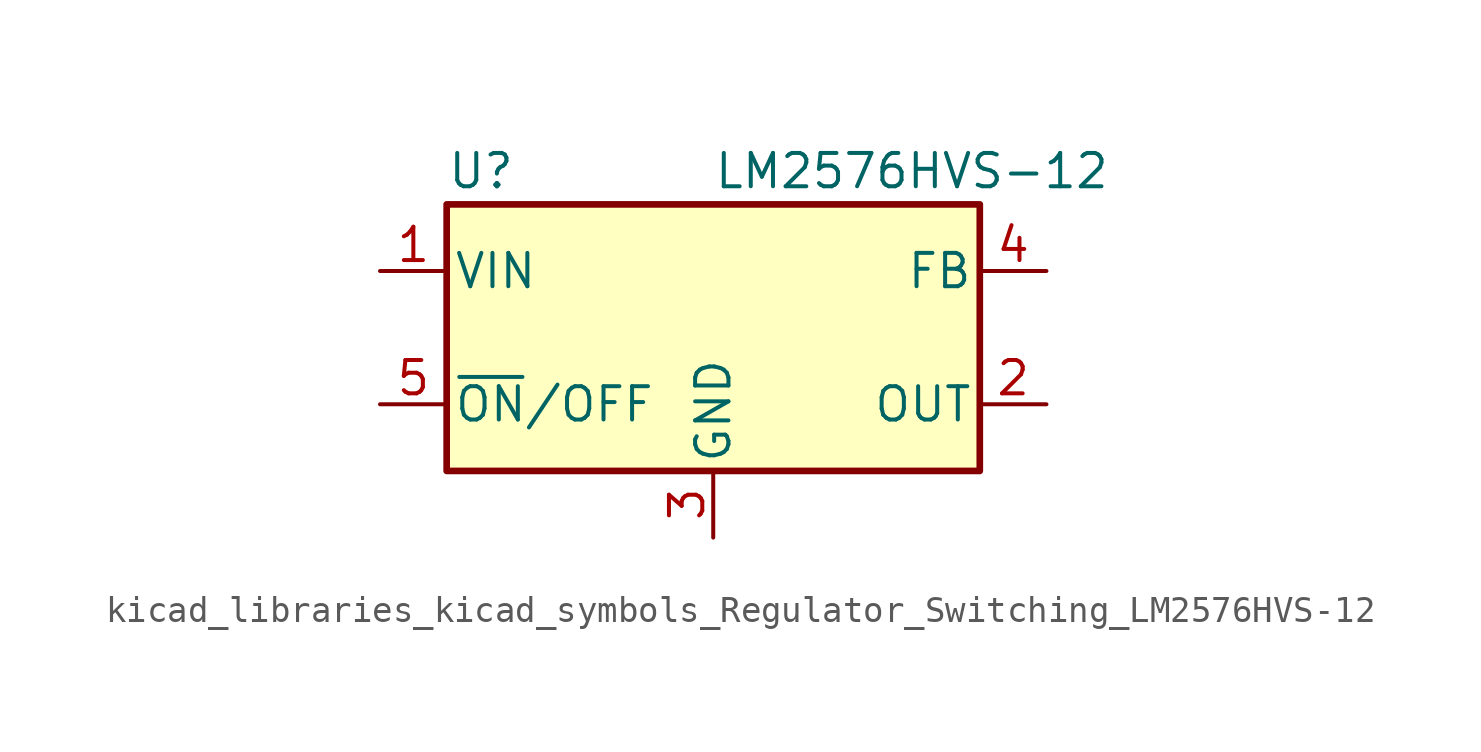
<source format=kicad_sym>
(kicad_symbol_lib
  (version 20220914)
  (generator kicad_symbol_editor)
  (symbol "kicad_libraries_kicad_symbols_Regulator_Switching_LM2576HVS-12"
    (pin_names
      (offset 0.254))
    (property "Reference" "U"
      (at -10.16 6.35 0)
      (effects (font (size 1.27 1.27)) (justify left)))
    (property "Value" "LM2576HVS-12"
      (at 0 6.35 0)
      (effects (font (size 1.27 1.27)) (justify left)))
    (symbol "kicad_libraries_kicad_symbols_Regulator_Switching_LM2576HVS-12_0_1"
      (rectangle (start -10.16 5.08) (end 10.16 -5.08) (stroke (width 0.254) (type default)) (fill (type background))))
    (symbol "kicad_libraries_kicad_symbols_Regulator_Switching_LM2576HVS-12_1_1"
      (pin power_in line (at -12.7 2.54 0) (length 2.54) (name "VIN" (effects (font (size 1.27 1.27)))) (number "1" (effects (font (size 1.27 1.27)))))
      (pin output line (at 12.7 -2.54 180) (length 2.54) (name "OUT" (effects (font (size 1.27 1.27)))) (number "2" (effects (font (size 1.27 1.27)))))
      (pin power_in line (at 0 -7.62 90) (length 2.54) (name "GND" (effects (font (size 1.27 1.27)))) (number "3" (effects (font (size 1.27 1.27)))))
      (pin input line (at 12.7 2.54 180) (length 2.54) (name "FB" (effects (font (size 1.27 1.27)))) (number "4" (effects (font (size 1.27 1.27)))))
      (pin input line (at -12.7 -2.54 0) (length 2.54) (name "~{ON}/OFF" (effects (font (size 1.27 1.27)))) (number "5" (effects (font (size 1.27 1.27))))))))
</source>
